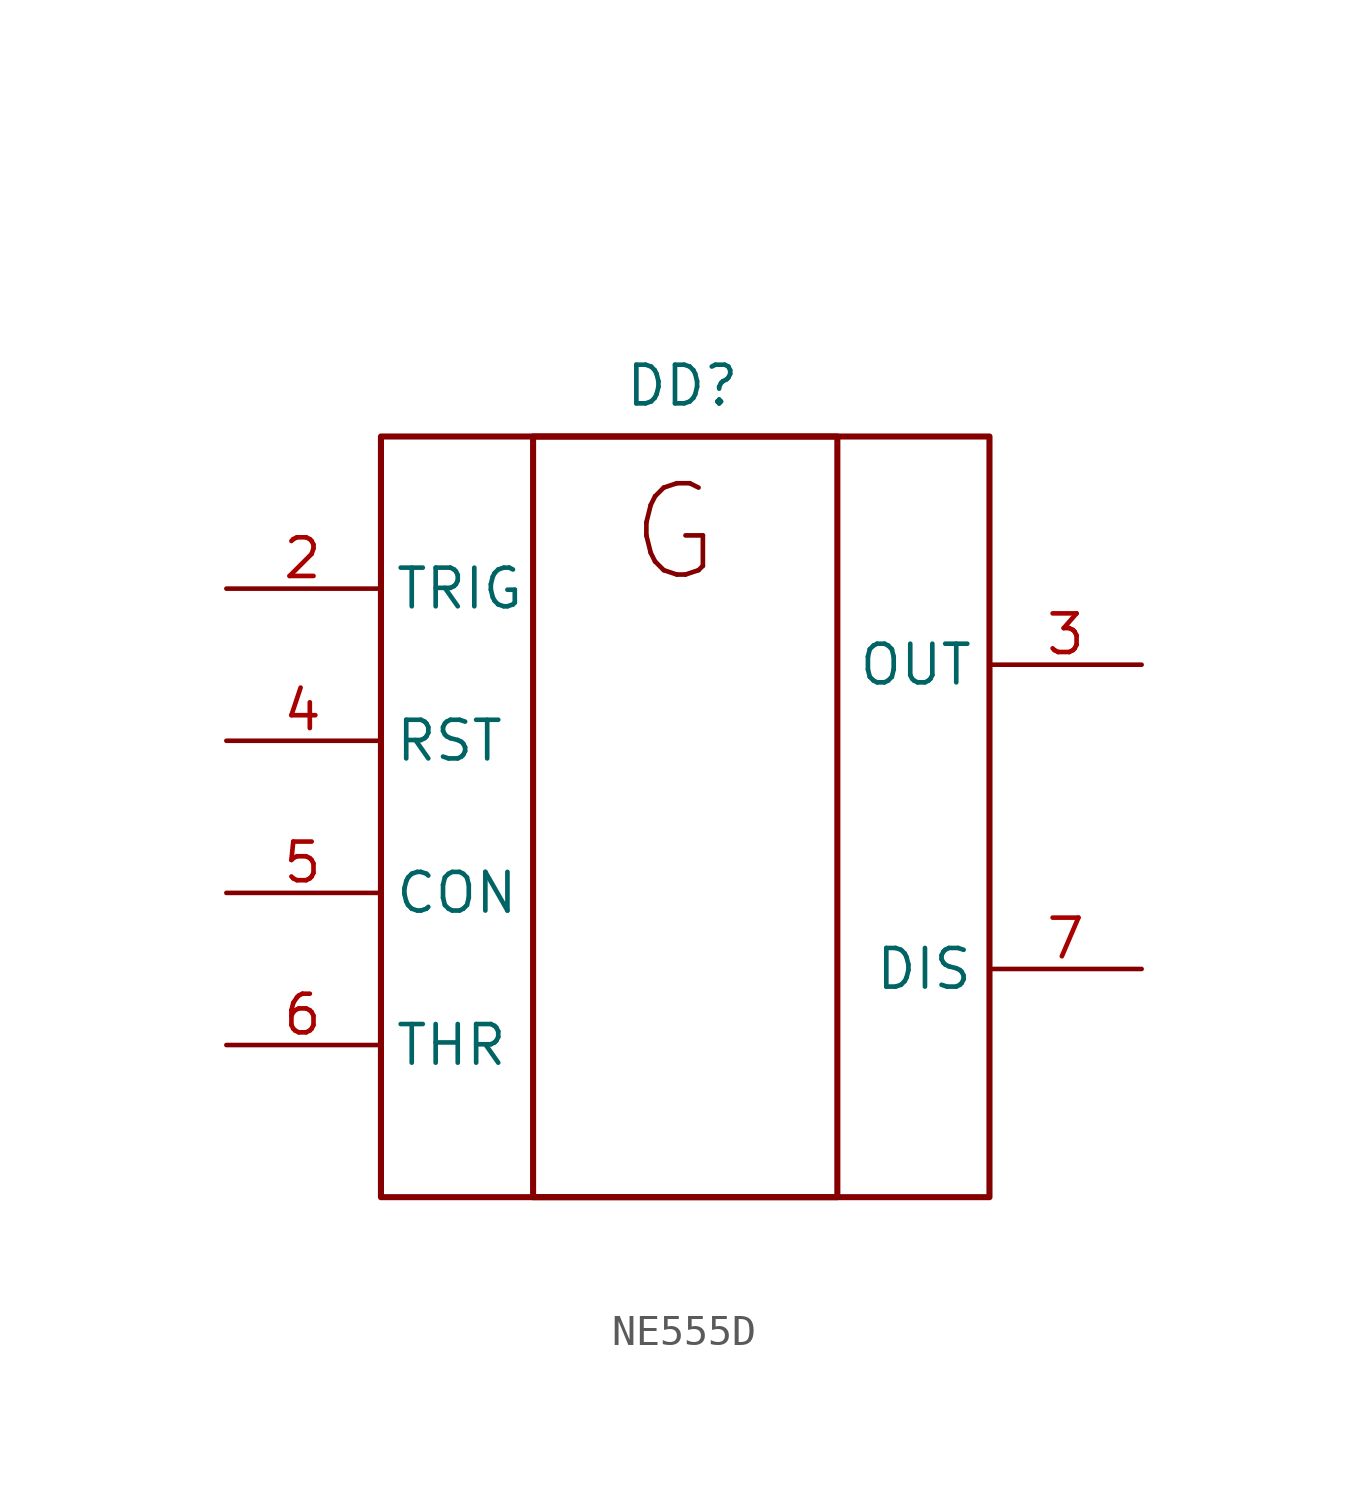
<source format=kicad_sym>
(kicad_symbol_lib
  (version 20231120)
  (generator "kicad_symbol_editor")
  (generator_version "8.0")
  (symbol "NE555D"
    (property "Reference" "DD"
      (at 9.906 26.67 0)
      (effects (font (size 1.27 1.27))))
    (property "Value" ""
      (at 0 0 0)
      (effects (font (size 1.27 1.27))))
    (symbol "NE555D_0_1"
      (rectangle (start 0 25) (end 20 0) (stroke (width 0.2) (type default)) (fill (type none)))
      (rectangle (start 5 25) (end 15 0) (stroke (width 0.2) (type default)) (fill (type none))))
    (symbol "NE555D_1_0"
      (text "G" (at 9.652 21.844 0) (effects (font (size 3 3)))))
    (symbol "NE555D_1_1"
      (pin power_out line (at 7.112 29.21 0) (length 5) hide (name "GND" (effects (font (size 1.27 1.27)))) (number "1" (effects (font (size 1.27 1.27)))))
      (pin power_out line (at -5.08 20 0) (length 5) (name "TRIG" (effects (font (size 1.27 1.27)))) (number "2" (effects (font (size 1.27 1.27)))))
      (pin power_out line (at 25 17.5 180) (length 5) (name "OUT" (effects (font (size 1.27 1.27)))) (number "3" (effects (font (size 1.27 1.27)))))
      (pin power_out line (at -5.08 15 0) (length 5) (name "RST" (effects (font (size 1.27 1.27)))) (number "4" (effects (font (size 1.27 1.27)))))
      (pin power_out line (at -5.08 10 0) (length 5) (name "CON" (effects (font (size 1.27 1.27)))) (number "5" (effects (font (size 1.27 1.27)))))
      (pin power_out line (at -5.08 5 0) (length 5) (name "THR" (effects (font (size 1.27 1.27)))) (number "6" (effects (font (size 1.27 1.27)))))
      (pin power_out line (at 25 7.5 180) (length 5) (name "DIS" (effects (font (size 1.27 1.27)))) (number "7" (effects (font (size 1.27 1.27)))))
      (pin power_in line (at 7.112 31.75 0) (length 5) hide (name "VCC" (effects (font (size 1.27 1.27)))) (number "8" (effects (font (size 1.27 1.27))))))))
</source>
